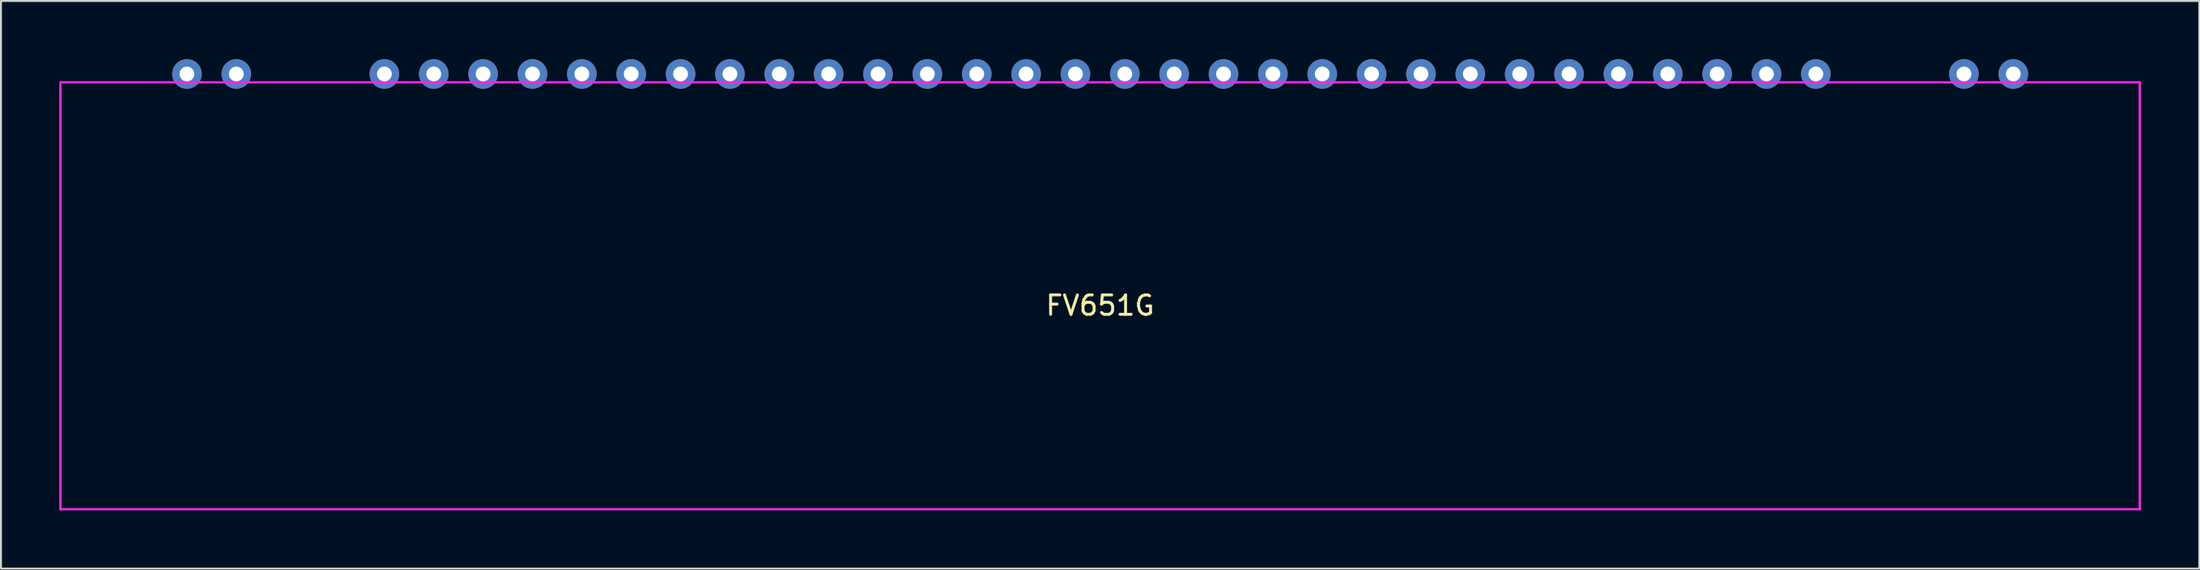
<source format=kicad_pcb>
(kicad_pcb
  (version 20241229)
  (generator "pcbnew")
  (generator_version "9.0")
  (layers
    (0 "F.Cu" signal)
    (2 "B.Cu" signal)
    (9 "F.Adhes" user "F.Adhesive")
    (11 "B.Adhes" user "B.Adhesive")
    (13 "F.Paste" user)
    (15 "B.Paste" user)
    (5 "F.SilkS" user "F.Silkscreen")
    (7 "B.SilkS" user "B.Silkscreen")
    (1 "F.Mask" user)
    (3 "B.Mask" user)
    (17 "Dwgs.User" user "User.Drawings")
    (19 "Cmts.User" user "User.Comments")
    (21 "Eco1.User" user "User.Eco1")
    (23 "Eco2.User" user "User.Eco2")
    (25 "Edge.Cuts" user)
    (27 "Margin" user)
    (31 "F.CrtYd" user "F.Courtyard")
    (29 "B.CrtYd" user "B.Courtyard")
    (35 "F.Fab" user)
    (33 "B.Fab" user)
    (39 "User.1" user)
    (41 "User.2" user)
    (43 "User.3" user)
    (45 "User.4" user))
  (footprint "FV651G"
    (layer "F.Cu")
    (at 53.56 12.192)
    (property "Reference" "FV651G" (at 0 0.5 0) (layer "F.SilkS") (effects (font (size 1 1) (thickness 0.15))))
    (attr through_hole)
    (fp_line (start -53.5 -11) (end -53.5 11) (stroke (width 0.12) (type solid)) (layer "F.CrtYd"))
    (fp_line (start -53.5 11) (end 53.5 11) (stroke (width 0.12) (type solid)) (layer "F.CrtYd"))
    (fp_line (start 53.5 -11) (end -53.4 -11) (stroke (width 0.12) (type solid)) (layer "F.CrtYd"))
    (fp_line (start 53.5 11) (end 53.5 -11) (stroke (width 0.12) (type solid)) (layer "F.CrtYd"))
    (pad "1" thru_hole circle (at 46.99 -11.43) (size 1.524 1.524) (drill 0.762) (layers "*.Cu" "*.Mask"))
    (pad "2" thru_hole circle (at 44.45 -11.43) (size 1.524 1.524) (drill 0.762) (layers "*.Cu" "*.Mask"))
    (pad "3" thru_hole circle (at 36.83 -11.43) (size 1.524 1.524) (drill 0.762) (layers "*.Cu" "*.Mask"))
    (pad "4" thru_hole circle (at 34.29 -11.43) (size 1.524 1.524) (drill 0.762) (layers "*.Cu" "*.Mask"))
    (pad "5" thru_hole circle (at 31.75 -11.43) (size 1.524 1.524) (drill 0.762) (layers "*.Cu" "*.Mask"))
    (pad "6" thru_hole circle (at 29.21 -11.43) (size 1.524 1.524) (drill 0.762) (layers "*.Cu" "*.Mask"))
    (pad "7" thru_hole circle (at 26.67 -11.43) (size 1.524 1.524) (drill 0.762) (layers "*.Cu" "*.Mask"))
    (pad "8" thru_hole circle (at 24.13 -11.43) (size 1.524 1.524) (drill 0.762) (layers "*.Cu" "*.Mask"))
    (pad "9" thru_hole circle (at 21.59 -11.43) (size 1.524 1.524) (drill 0.762) (layers "*.Cu" "*.Mask"))
    (pad "10" thru_hole circle (at 19.05 -11.43) (size 1.524 1.524) (drill 0.762) (layers "*.Cu" "*.Mask"))
    (pad "11" thru_hole circle (at 16.51 -11.43) (size 1.524 1.524) (drill 0.762) (layers "*.Cu" "*.Mask"))
    (pad "12" thru_hole circle (at 13.97 -11.43) (size 1.524 1.524) (drill 0.762) (layers "*.Cu" "*.Mask"))
    (pad "13" thru_hole circle (at 11.43 -11.43) (size 1.524 1.524) (drill 0.762) (layers "*.Cu" "*.Mask"))
    (pad "14" thru_hole circle (at 8.89 -11.43) (size 1.524 1.524) (drill 0.762) (layers "*.Cu" "*.Mask"))
    (pad "15" thru_hole circle (at 6.35 -11.43) (size 1.524 1.524) (drill 0.762) (layers "*.Cu" "*.Mask"))
    (pad "16" thru_hole circle (at 3.81 -11.43) (size 1.524 1.524) (drill 0.762) (layers "*.Cu" "*.Mask"))
    (pad "17" thru_hole circle (at 1.27 -11.43) (size 1.524 1.524) (drill 0.762) (layers "*.Cu" "*.Mask"))
    (pad "18" thru_hole circle (at -1.27 -11.43) (size 1.524 1.524) (drill 0.762) (layers "*.Cu" "*.Mask"))
    (pad "19" thru_hole circle (at -3.81 -11.43) (size 1.524 1.524) (drill 0.762) (layers "*.Cu" "*.Mask"))
    (pad "20" thru_hole circle (at -6.35 -11.43) (size 1.524 1.524) (drill 0.762) (layers "*.Cu" "*.Mask"))
    (pad "21" thru_hole circle (at -8.89 -11.43) (size 1.524 1.524) (drill 0.762) (layers "*.Cu" "*.Mask"))
    (pad "22" thru_hole circle (at -11.43 -11.43) (size 1.524 1.524) (drill 0.762) (layers "*.Cu" "*.Mask"))
    (pad "23" thru_hole circle (at -13.97 -11.43) (size 1.524 1.524) (drill 0.762) (layers "*.Cu" "*.Mask"))
    (pad "24" thru_hole circle (at -16.51 -11.43) (size 1.524 1.524) (drill 0.762) (layers "*.Cu" "*.Mask"))
    (pad "25" thru_hole circle (at -19.05 -11.43) (size 1.524 1.524) (drill 0.762) (layers "*.Cu" "*.Mask"))
    (pad "26" thru_hole circle (at -21.59 -11.43) (size 1.524 1.524) (drill 0.762) (layers "*.Cu" "*.Mask"))
    (pad "27" thru_hole circle (at -24.13 -11.43) (size 1.524 1.524) (drill 0.762) (layers "*.Cu" "*.Mask"))
    (pad "28" thru_hole circle (at -26.67 -11.43) (size 1.524 1.524) (drill 0.762) (layers "*.Cu" "*.Mask"))
    (pad "29" thru_hole circle (at -29.21 -11.43) (size 1.524 1.524) (drill 0.762) (layers "*.Cu" "*.Mask"))
    (pad "30" thru_hole circle (at -31.75 -11.43) (size 1.524 1.524) (drill 0.762) (layers "*.Cu" "*.Mask"))
    (pad "31" thru_hole circle (at -34.29 -11.43) (size 1.524 1.524) (drill 0.762) (layers "*.Cu" "*.Mask"))
    (pad "32" thru_hole circle (at -36.83 -11.43) (size 1.524 1.524) (drill 0.762) (layers "*.Cu" "*.Mask"))
    (pad "33" thru_hole circle (at -44.45 -11.43) (size 1.524 1.524) (drill 0.762) (layers "*.Cu" "*.Mask"))
    (pad "34" thru_hole circle (at -46.99 -11.43) (size 1.524 1.524) (drill 0.762) (layers "*.Cu" "*.Mask")))
  (gr_rect
    (start -3 -3)
    (end 110.12 26.252)
    (stroke (width 0.1) (type default))
    (fill no)
    (layer "Edge.Cuts")))
</source>
